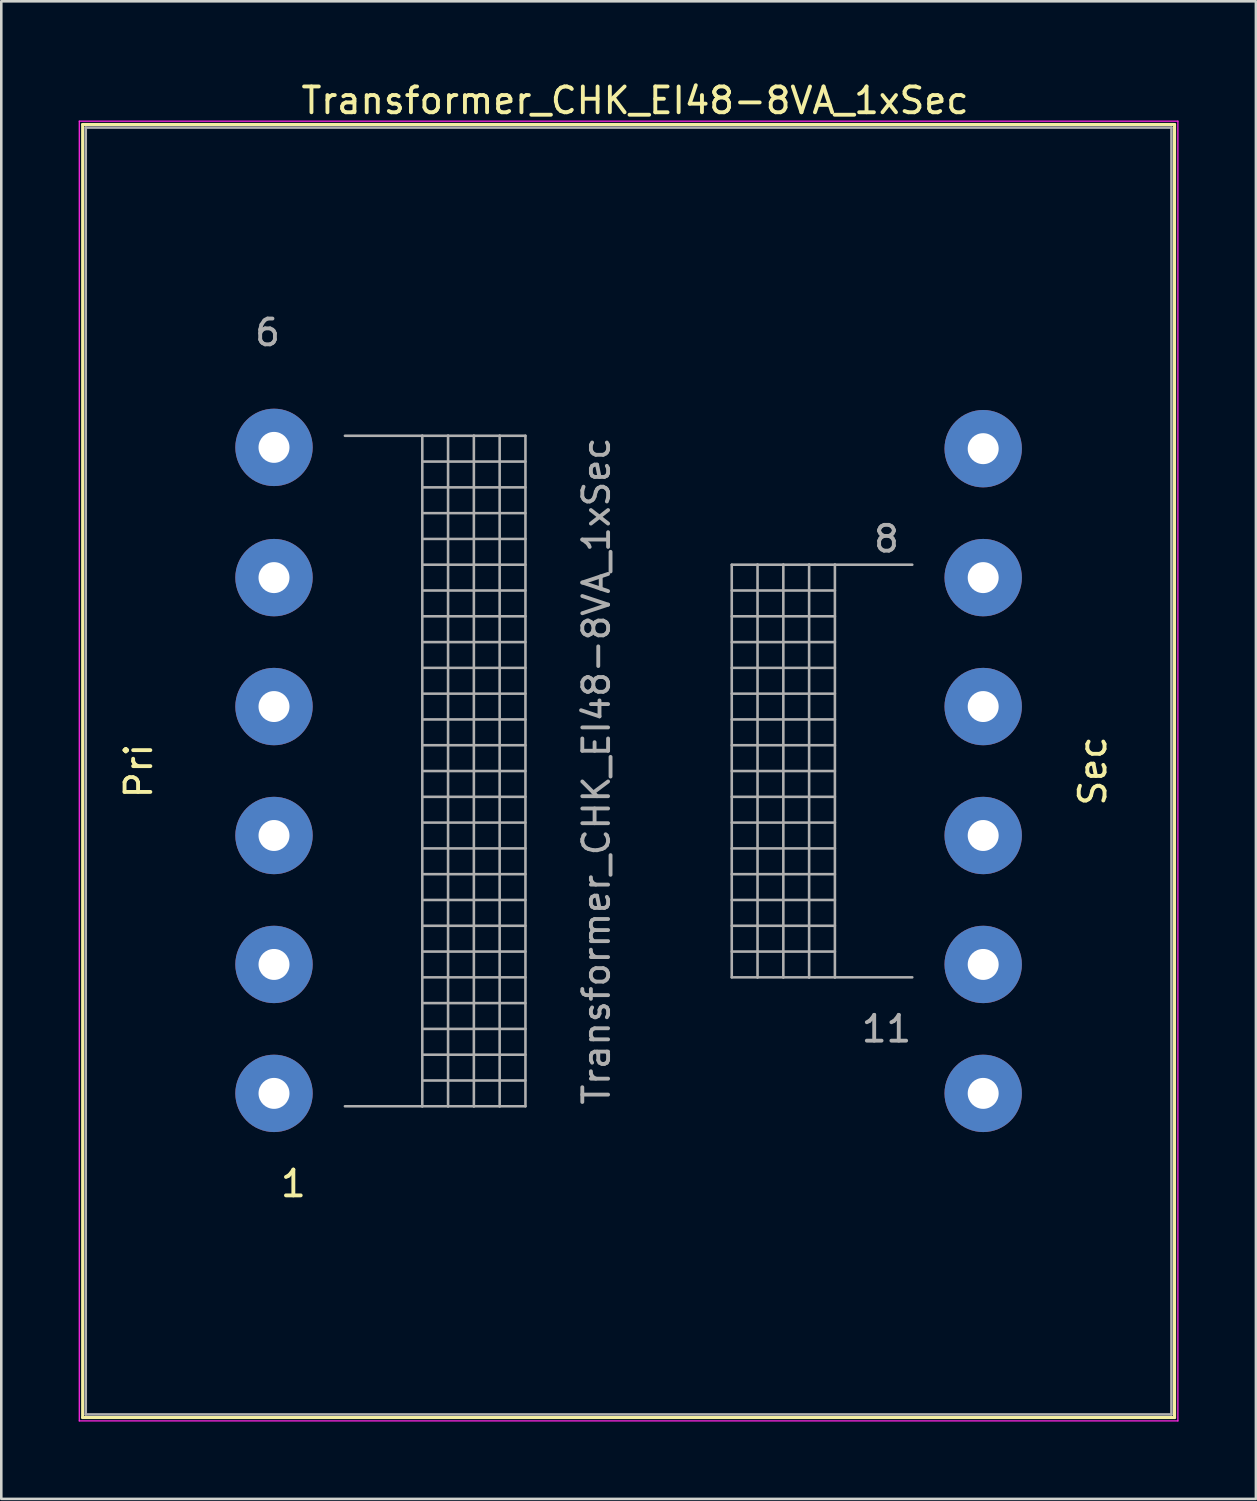
<source format=kicad_pcb>
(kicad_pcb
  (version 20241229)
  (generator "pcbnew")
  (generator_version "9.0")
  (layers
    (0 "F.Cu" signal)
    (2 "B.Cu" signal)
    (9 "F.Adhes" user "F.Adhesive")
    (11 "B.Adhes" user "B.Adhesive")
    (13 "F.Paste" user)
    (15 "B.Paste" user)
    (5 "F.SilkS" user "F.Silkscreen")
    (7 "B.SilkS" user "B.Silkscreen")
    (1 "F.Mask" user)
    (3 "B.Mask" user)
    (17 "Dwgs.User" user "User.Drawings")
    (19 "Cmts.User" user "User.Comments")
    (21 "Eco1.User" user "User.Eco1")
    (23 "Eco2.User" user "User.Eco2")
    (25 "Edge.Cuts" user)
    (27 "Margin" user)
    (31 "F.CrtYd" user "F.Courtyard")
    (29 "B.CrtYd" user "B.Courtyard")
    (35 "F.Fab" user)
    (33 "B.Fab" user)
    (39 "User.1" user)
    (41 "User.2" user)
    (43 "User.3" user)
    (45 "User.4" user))
  (footprint "Transformer_CHK_EI48-8VA_1xSec"
    (layer "F.Cu")
    (at 7.575 39.348)
    (property "Reference" "Transformer_CHK_EI48-8VA_1xSec" (at 14 -38.5 0) (layer "F.SilkS") (effects (font (size 1 1) (thickness 0.15))))
    (attr through_hole)
    (fp_line (start -7.42 -37.57) (end -7.42 12.57) (stroke (width 0.12) (type solid)) (layer "F.SilkS"))
    (fp_line (start -7.42 -37.57) (end 34.92 -37.57) (stroke (width 0.12) (type solid)) (layer "F.SilkS"))
    (fp_line (start 34.92 12.57) (end -7.42 12.57) (stroke (width 0.12) (type solid)) (layer "F.SilkS"))
    (fp_line (start 34.92 12.57) (end 34.92 -37.57) (stroke (width 0.12) (type solid)) (layer "F.SilkS"))
    (fp_line (start -7.55 -37.7) (end -7.55 12.7) (stroke (width 0.05) (type solid)) (layer "F.CrtYd"))
    (fp_line (start -7.55 -37.7) (end 35.05 -37.7) (stroke (width 0.05) (type solid)) (layer "F.CrtYd"))
    (fp_line (start 35.05 12.7) (end -7.55 12.7) (stroke (width 0.05) (type solid)) (layer "F.CrtYd"))
    (fp_line (start 35.05 12.7) (end 35.05 -37.7) (stroke (width 0.05) (type solid)) (layer "F.CrtYd"))
    (fp_line (start -7.3 -37.45) (end 34.8 -37.45) (stroke (width 0.1) (type solid)) (layer "F.Fab"))
    (fp_line (start -7.3 12.45) (end -7.3 -37.45) (stroke (width 0.1) (type solid)) (layer "F.Fab"))
    (fp_line (start 2.75 -25.5) (end 5.75 -25.5) (stroke (width 0.1) (type solid)) (layer "F.Fab"))
    (fp_line (start 5.75 -25.5) (end 5.75 0.5) (stroke (width 0.1) (type solid)) (layer "F.Fab"))
    (fp_line (start 5.75 -25.5) (end 6.75 -25.5) (stroke (width 0.1) (type solid)) (layer "F.Fab"))
    (fp_line (start 5.75 -24.5) (end 9.75 -24.5) (stroke (width 0.1) (type solid)) (layer "F.Fab"))
    (fp_line (start 5.75 -23.5) (end 9.75 -23.5) (stroke (width 0.1) (type solid)) (layer "F.Fab"))
    (fp_line (start 5.75 -22.5) (end 9.75 -22.5) (stroke (width 0.1) (type solid)) (layer "F.Fab"))
    (fp_line (start 5.75 -21.5) (end 9.75 -21.5) (stroke (width 0.1) (type solid)) (layer "F.Fab"))
    (fp_line (start 5.75 -20.5) (end 9.75 -20.5) (stroke (width 0.1) (type solid)) (layer "F.Fab"))
    (fp_line (start 5.75 -19.5) (end 9.75 -19.5) (stroke (width 0.1) (type solid)) (layer "F.Fab"))
    (fp_line (start 5.75 -18.5) (end 9.75 -18.5) (stroke (width 0.1) (type solid)) (layer "F.Fab"))
    (fp_line (start 5.75 -17.5) (end 9.75 -17.5) (stroke (width 0.1) (type solid)) (layer "F.Fab"))
    (fp_line (start 5.75 -16.5) (end 9.75 -16.5) (stroke (width 0.1) (type solid)) (layer "F.Fab"))
    (fp_line (start 5.75 -15.5) (end 9.75 -15.5) (stroke (width 0.1) (type solid)) (layer "F.Fab"))
    (fp_line (start 5.75 -14.5) (end 9.75 -14.5) (stroke (width 0.1) (type solid)) (layer "F.Fab"))
    (fp_line (start 5.75 -13.5) (end 9.75 -13.5) (stroke (width 0.1) (type solid)) (layer "F.Fab"))
    (fp_line (start 5.75 -12.5) (end 9.75 -12.5) (stroke (width 0.1) (type solid)) (layer "F.Fab"))
    (fp_line (start 5.75 -11.5) (end 9.75 -11.5) (stroke (width 0.1) (type solid)) (layer "F.Fab"))
    (fp_line (start 5.75 -10.5) (end 9.75 -10.5) (stroke (width 0.1) (type solid)) (layer "F.Fab"))
    (fp_line (start 5.75 -9.5) (end 9.75 -9.5) (stroke (width 0.1) (type solid)) (layer "F.Fab"))
    (fp_line (start 5.75 -8.5) (end 9.75 -8.5) (stroke (width 0.1) (type solid)) (layer "F.Fab"))
    (fp_line (start 5.75 -7.5) (end 9.75 -7.5) (stroke (width 0.1) (type solid)) (layer "F.Fab"))
    (fp_line (start 5.75 -6.5) (end 9.75 -6.5) (stroke (width 0.1) (type solid)) (layer "F.Fab"))
    (fp_line (start 5.75 -5.5) (end 9.75 -5.5) (stroke (width 0.1) (type solid)) (layer "F.Fab"))
    (fp_line (start 5.75 -4.5) (end 9.75 -4.5) (stroke (width 0.1) (type solid)) (layer "F.Fab"))
    (fp_line (start 5.75 -3.5) (end 9.75 -3.5) (stroke (width 0.1) (type solid)) (layer "F.Fab"))
    (fp_line (start 5.75 -2.5) (end 9.75 -2.5) (stroke (width 0.1) (type solid)) (layer "F.Fab"))
    (fp_line (start 5.75 -1.5) (end 9.75 -1.5) (stroke (width 0.1) (type solid)) (layer "F.Fab"))
    (fp_line (start 5.75 -0.5) (end 9.75 -0.5) (stroke (width 0.1) (type solid)) (layer "F.Fab"))
    (fp_line (start 5.75 0.5) (end 2.75 0.5) (stroke (width 0.1) (type solid)) (layer "F.Fab"))
    (fp_line (start 6.75 -25.5) (end 6.75 0.5) (stroke (width 0.1) (type solid)) (layer "F.Fab"))
    (fp_line (start 6.75 -25.5) (end 7.75 -25.5) (stroke (width 0.1) (type solid)) (layer "F.Fab"))
    (fp_line (start 6.75 0.5) (end 5.75 0.5) (stroke (width 0.1) (type solid)) (layer "F.Fab"))
    (fp_line (start 7.75 -25.5) (end 7.75 0.5) (stroke (width 0.1) (type solid)) (layer "F.Fab"))
    (fp_line (start 7.75 -25.5) (end 8.75 -25.5) (stroke (width 0.1) (type solid)) (layer "F.Fab"))
    (fp_line (start 7.75 0.5) (end 6.75 0.5) (stroke (width 0.1) (type solid)) (layer "F.Fab"))
    (fp_line (start 8.75 -25.5) (end 8.75 0.5) (stroke (width 0.1) (type solid)) (layer "F.Fab"))
    (fp_line (start 8.75 -25.5) (end 9.75 -25.5) (stroke (width 0.1) (type solid)) (layer "F.Fab"))
    (fp_line (start 8.75 0.5) (end 7.75 0.5) (stroke (width 0.1) (type solid)) (layer "F.Fab"))
    (fp_line (start 9.75 -25.5) (end 9.75 0.5) (stroke (width 0.1) (type solid)) (layer "F.Fab"))
    (fp_line (start 9.75 0.5) (end 8.75 0.5) (stroke (width 0.1) (type solid)) (layer "F.Fab"))
    (fp_line (start 17.75 -20.5) (end 17.75 -4.5) (stroke (width 0.1) (type solid)) (layer "F.Fab"))
    (fp_line (start 17.75 -19.5) (end 21.75 -19.5) (stroke (width 0.1) (type solid)) (layer "F.Fab"))
    (fp_line (start 17.75 -18.5) (end 21.75 -18.5) (stroke (width 0.1) (type solid)) (layer "F.Fab"))
    (fp_line (start 17.75 -17.5) (end 21.75 -17.5) (stroke (width 0.1) (type solid)) (layer "F.Fab"))
    (fp_line (start 17.75 -16.5) (end 21.75 -16.5) (stroke (width 0.1) (type solid)) (layer "F.Fab"))
    (fp_line (start 17.75 -15.5) (end 21.75 -15.5) (stroke (width 0.1) (type solid)) (layer "F.Fab"))
    (fp_line (start 17.75 -14.5) (end 21.75 -14.5) (stroke (width 0.1) (type solid)) (layer "F.Fab"))
    (fp_line (start 17.75 -13.5) (end 21.75 -13.5) (stroke (width 0.1) (type solid)) (layer "F.Fab"))
    (fp_line (start 17.75 -12.5) (end 21.75 -12.5) (stroke (width 0.1) (type solid)) (layer "F.Fab"))
    (fp_line (start 17.75 -11.5) (end 21.75 -11.5) (stroke (width 0.1) (type solid)) (layer "F.Fab"))
    (fp_line (start 17.75 -10.5) (end 21.75 -10.5) (stroke (width 0.1) (type solid)) (layer "F.Fab"))
    (fp_line (start 17.75 -9.5) (end 21.75 -9.5) (stroke (width 0.1) (type solid)) (layer "F.Fab"))
    (fp_line (start 17.75 -8.5) (end 21.75 -8.5) (stroke (width 0.1) (type solid)) (layer "F.Fab"))
    (fp_line (start 17.75 -7.5) (end 21.75 -7.5) (stroke (width 0.1) (type solid)) (layer "F.Fab"))
    (fp_line (start 17.75 -6.5) (end 21.75 -6.5) (stroke (width 0.1) (type solid)) (layer "F.Fab"))
    (fp_line (start 17.75 -5.5) (end 21.75 -5.5) (stroke (width 0.1) (type solid)) (layer "F.Fab"))
    (fp_line (start 17.75 -4.5) (end 18.75 -4.5) (stroke (width 0.1) (type solid)) (layer "F.Fab"))
    (fp_line (start 18.75 -20.5) (end 17.75 -20.5) (stroke (width 0.1) (type solid)) (layer "F.Fab"))
    (fp_line (start 18.75 -20.5) (end 18.75 -4.5) (stroke (width 0.1) (type solid)) (layer "F.Fab"))
    (fp_line (start 18.75 -4.5) (end 19.75 -4.5) (stroke (width 0.1) (type solid)) (layer "F.Fab"))
    (fp_line (start 19.75 -20.5) (end 18.75 -20.5) (stroke (width 0.1) (type solid)) (layer "F.Fab"))
    (fp_line (start 19.75 -20.5) (end 19.75 -4.5) (stroke (width 0.1) (type solid)) (layer "F.Fab"))
    (fp_line (start 19.75 -4.5) (end 20.75 -4.5) (stroke (width 0.1) (type solid)) (layer "F.Fab"))
    (fp_line (start 20.75 -20.5) (end 19.75 -20.5) (stroke (width 0.1) (type solid)) (layer "F.Fab"))
    (fp_line (start 20.75 -20.5) (end 20.75 -4.5) (stroke (width 0.1) (type solid)) (layer "F.Fab"))
    (fp_line (start 20.75 -4.5) (end 21.75 -4.5) (stroke (width 0.1) (type solid)) (layer "F.Fab"))
    (fp_line (start 21.75 -20.5) (end 20.75 -20.5) (stroke (width 0.1) (type solid)) (layer "F.Fab"))
    (fp_line (start 21.75 -20.5) (end 21.75 -4.5) (stroke (width 0.1) (type solid)) (layer "F.Fab"))
    (fp_line (start 21.75 -4.5) (end 24.75 -4.5) (stroke (width 0.1) (type solid)) (layer "F.Fab"))
    (fp_line (start 24.75 -20.5) (end 21.75 -20.5) (stroke (width 0.1) (type solid)) (layer "F.Fab"))
    (fp_line (start 34.8 -37.45) (end 34.8 12.45) (stroke (width 0.1) (type solid)) (layer "F.Fab"))
    (fp_line (start 34.8 12.45) (end -7.3 12.45) (stroke (width 0.1) (type solid)) (layer "F.Fab"))
    (fp_text user "1" (at 0.75 3.5 0) (layer "F.SilkS") (effects (font (size 1 1) (thickness 0.15))))
    (fp_text user "Sec" (at 31.75 -12.5 90) (layer "F.SilkS") (effects (font (size 1 1) (thickness 0.15))))
    (fp_text user "Pri" (at -5.25 -12.5 90) (layer "F.SilkS") (effects (font (size 1 1) (thickness 0.15))))
    (fp_text user "8" (at 23.75 -21.5 0) (layer "F.Fab") (effects (font (size 1 1) (thickness 0.15))))
    (fp_text user "11" (at 23.75 -2.5 0) (layer "F.Fab") (effects (font (size 1 1) (thickness 0.15))))
    (fp_text user "${REFERENCE}" (at 12.5 -12.5 90) (layer "F.Fab") (effects (font (size 1 1) (thickness 0.15))))
    (fp_text user "6" (at -0.25 -29.5 0) (layer "F.Fab") (effects (font (size 1 1) (thickness 0.15))))
    (pad "1" thru_hole circle (at 0 0) (size 3 3) (drill 1.2) (layers "*.Cu" "*.Mask"))
    (pad "2" thru_hole circle (at 0 -5) (size 3 3) (drill 1.2) (layers "*.Cu" "*.Mask"))
    (pad "3" thru_hole circle (at 0 -10) (size 3 3) (drill 1.2) (layers "*.Cu" "*.Mask"))
    (pad "4" thru_hole circle (at 0 -15) (size 3 3) (drill 1.2) (layers "*.Cu" "*.Mask"))
    (pad "5" thru_hole circle (at 0 -20) (size 3 3) (drill 1.2) (layers "*.Cu" "*.Mask"))
    (pad "6" thru_hole circle (at 0 -25.05) (size 3 3) (drill 1.2) (layers "*.Cu" "*.Mask"))
    (pad "7" thru_hole circle (at 27.5 -25) (size 3 3) (drill 1.2) (layers "*.Cu" "*.Mask"))
    (pad "8" thru_hole circle (at 27.5 -20) (size 3 3) (drill 1.2) (layers "*.Cu" "*.Mask"))
    (pad "9" thru_hole circle (at 27.5 -15) (size 3 3) (drill 1.2) (layers "*.Cu" "*.Mask"))
    (pad "10" thru_hole circle (at 27.5 -10) (size 3 3) (drill 1.2) (layers "*.Cu" "*.Mask"))
    (pad "11" thru_hole circle (at 27.5 -5) (size 3 3) (drill 1.2) (layers "*.Cu" "*.Mask"))
    (pad "12" thru_hole circle (at 27.5 0) (size 3 3) (drill 1.2) (layers "*.Cu" "*.Mask")))
  (gr_rect
    (start -3 -3)
    (end 45.65 55.073)
    (stroke (width 0.1) (type default))
    (fill no)
    (layer "Edge.Cuts")))
</source>
